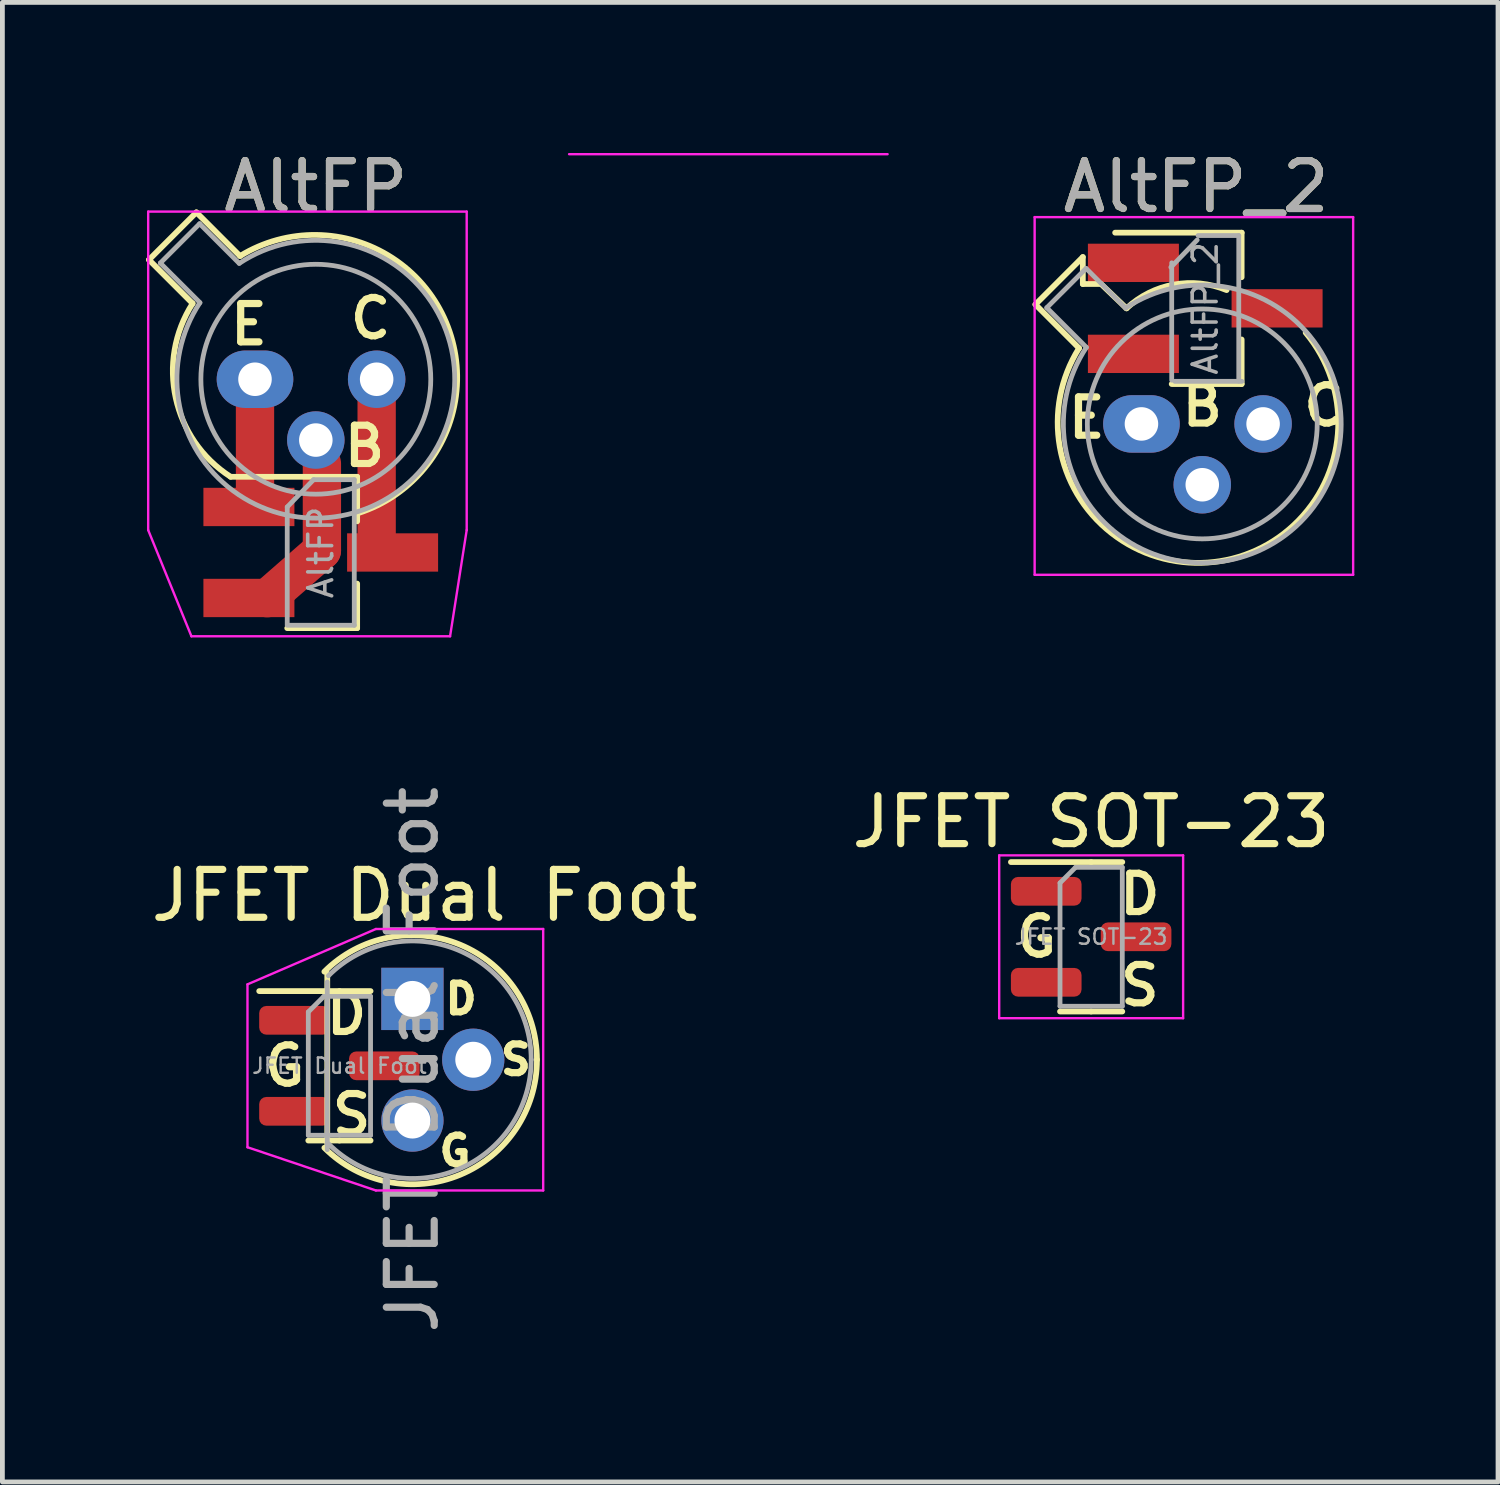
<source format=kicad_pcb>
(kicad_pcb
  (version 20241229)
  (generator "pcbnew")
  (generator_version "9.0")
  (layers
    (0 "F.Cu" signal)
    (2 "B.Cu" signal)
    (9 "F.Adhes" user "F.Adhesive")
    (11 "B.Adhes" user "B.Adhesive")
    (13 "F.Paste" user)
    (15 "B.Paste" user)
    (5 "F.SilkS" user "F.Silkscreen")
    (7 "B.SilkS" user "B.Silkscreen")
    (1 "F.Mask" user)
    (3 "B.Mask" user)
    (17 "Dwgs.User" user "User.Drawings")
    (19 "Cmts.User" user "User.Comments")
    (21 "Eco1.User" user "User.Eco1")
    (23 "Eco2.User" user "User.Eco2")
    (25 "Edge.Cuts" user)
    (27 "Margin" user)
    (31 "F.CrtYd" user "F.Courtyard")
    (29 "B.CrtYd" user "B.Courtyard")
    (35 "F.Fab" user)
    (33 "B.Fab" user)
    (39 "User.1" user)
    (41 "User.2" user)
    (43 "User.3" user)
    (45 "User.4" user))
  (footprint "JFET Dual Foot"
    (layer "F.Cu")
    (at 4.037 19.203)
    (property "Reference" "JFET Dual Foot" (at 1.778 -3.556 0) (layer "F.SilkS") (effects (font (size 1 1) (thickness 0.15))))
    (attr smd)
    (fp_line (start -0.254 -1.927) (end -0.254 1.673) (stroke (width 0.12) (type solid)) (layer "F.SilkS"))
    (fp_line (start 0 -1.56) (end -1.675 -1.56) (stroke (width 0.12) (type solid)) (layer "F.SilkS"))
    (fp_line (start 0 -1.56) (end 0.65 -1.56) (stroke (width 0.12) (type solid)) (layer "F.SilkS"))
    (fp_line (start 0 1.56) (end -0.65 1.56) (stroke (width 0.12) (type solid)) (layer "F.SilkS"))
    (fp_line (start 0 1.56) (end 0.65 1.56) (stroke (width 0.12) (type solid)) (layer "F.SilkS"))
    (fp_arc (start -0.314478 -1.965478) (mid 2.518977 -2.529087) (end 4.124 -0.127) (stroke (width 0.12) (type solid)) (layer "F.SilkS"))
    (fp_arc (start 4.124 -0.127) (mid 2.518977 2.275087) (end -0.314478 1.711478) (stroke (width 0.12) (type solid)) (layer "F.SilkS"))
    (fp_line (start -1.92 -1.701) (end 0.762 -2.857) (stroke (width 0.05) (type solid)) (layer "F.CrtYd"))
    (fp_line (start -1.92 -1.7) (end -1.92 1.7) (stroke (width 0.05) (type solid)) (layer "F.CrtYd"))
    (fp_line (start -1.92 1.7) (end 0.762 2.603) (stroke (width 0.05) (type solid)) (layer "F.CrtYd"))
    (fp_line (start 0.762 2.603) (end 4.254 2.603) (stroke (width 0.05) (type solid)) (layer "F.CrtYd"))
    (fp_line (start 4.254 -2.857) (end 0.762 -2.857) (stroke (width 0.05) (type solid)) (layer "F.CrtYd"))
    (fp_line (start 4.254 -2.857) (end 4.254 2.603) (stroke (width 0.05) (type solid)) (layer "F.CrtYd"))
    (fp_line (start -0.65 -1.125) (end -0.325 -1.45) (stroke (width 0.1) (type solid)) (layer "F.Fab"))
    (fp_line (start -0.65 1.45) (end -0.65 -1.125) (stroke (width 0.1) (type solid)) (layer "F.Fab"))
    (fp_line (start -0.325 -1.45) (end 0.65 -1.45) (stroke (width 0.1) (type solid)) (layer "F.Fab"))
    (fp_line (start -0.254 -1.75) (end -0.254 1.75) (stroke (width 0.1) (type solid)) (layer "F.Fab"))
    (fp_line (start 0.65 -1.45) (end 0.65 1.45) (stroke (width 0.1) (type solid)) (layer "F.Fab"))
    (fp_line (start 0.65 1.45) (end -0.65 1.45) (stroke (width 0.1) (type solid)) (layer "F.Fab"))
    (fp_arc (start -0.229625 -1.880625) (mid 2.473055 -2.418221) (end 4.004 -0.127) (stroke (width 0.1) (type solid)) (layer "F.Fab"))
    (fp_arc (start 4.004 -0.127) (mid 2.473055 2.164221) (end -0.229625 1.626625) (stroke (width 0.1) (type solid)) (layer "F.Fab"))
    (fp_text user "G" (at 2.413 1.778 0) (unlocked yes) (layer "F.SilkS") (effects (font (size 0.6 0.6) (thickness 0.15))))
    (fp_text user "S" (at 3.683 -0.127 0) (unlocked yes) (layer "F.SilkS") (effects (font (size 0.6 0.6) (thickness 0.15))))
    (fp_text user "D" (at 2.54 -1.397 0) (unlocked yes) (layer "F.SilkS") (effects (font (size 0.6 0.6) (thickness 0.15))))
    (fp_text user "D" (at 0.149 -1.08 0) (unlocked yes) (layer "F.SilkS") (effects (font (size 0.8 0.8) (thickness 0.15))))
    (fp_text user "S" (at 0.254 1.016 0) (unlocked yes) (layer "F.SilkS") (effects (font (size 0.8 0.8) (thickness 0.15))))
    (fp_text user "G" (at -1.143 0 0) (unlocked yes) (layer "F.SilkS") (effects (font (size 0.8 0.8) (thickness 0.15))))
    (fp_text user "${REFERENCE}" (at 1.524 -0.127 270) (layer "F.Fab") (effects (font (size 1 1) (thickness 0.15))))
    (fp_text user "${REFERENCE}" (at 0 0 0) (layer "F.Fab") (effects (font (size 0.32 0.32) (thickness 0.05))))
    (pad "1" smd roundrect (at -0.938 -0.95) (size 1.475 0.6) (layers "F.Cu" "F.Mask" "F.Paste") (roundrect_rratio 0.25))
    (pad "1" thru_hole rect (at 1.524 -1.397 270) (size 1.3 1.3) (drill 0.75) (layers "*.Cu" "*.Mask"))
    (pad "2" smd roundrect (at -0.938 0.95) (size 1.475 0.6) (layers "F.Cu" "F.Mask" "F.Paste") (roundrect_rratio 0.25))
    (pad "2" thru_hole circle (at 2.794 -0.127 270) (size 1.3 1.3) (drill 0.75) (layers "*.Cu" "*.Mask"))
    (pad "3" smd roundrect (at 0.938 0) (size 1.475 0.6) (layers "F.Cu" "F.Mask" "F.Paste") (roundrect_rratio 0.25))
    (pad "3" thru_hole circle (at 1.524 1.143 270) (size 1.3 1.3) (drill 0.75) (layers "*.Cu" "*.Mask")))
  (footprint "JFET SOT-23"
    (layer "F.Cu")
    (at 19.732 16.509)
    (property "Reference" "JFET SOT-23" (at 0 -2.4 0) (layer "F.SilkS") (effects (font (size 1 1) (thickness 0.15))))
    (attr smd)
    (fp_line (start 0 -1.56) (end -1.675 -1.56) (stroke (width 0.12) (type solid)) (layer "F.SilkS"))
    (fp_line (start 0 -1.56) (end 0.65 -1.56) (stroke (width 0.12) (type solid)) (layer "F.SilkS"))
    (fp_line (start 0 1.56) (end -0.65 1.56) (stroke (width 0.12) (type solid)) (layer "F.SilkS"))
    (fp_line (start 0 1.56) (end 0.65 1.56) (stroke (width 0.12) (type solid)) (layer "F.SilkS"))
    (fp_line (start -1.92 -1.7) (end -1.92 1.7) (stroke (width 0.05) (type solid)) (layer "F.CrtYd"))
    (fp_line (start -1.92 1.7) (end 1.92 1.7) (stroke (width 0.05) (type solid)) (layer "F.CrtYd"))
    (fp_line (start 1.92 -1.7) (end -1.92 -1.7) (stroke (width 0.05) (type solid)) (layer "F.CrtYd"))
    (fp_line (start 1.92 1.7) (end 1.92 -1.7) (stroke (width 0.05) (type solid)) (layer "F.CrtYd"))
    (fp_line (start -0.65 -1.125) (end -0.325 -1.45) (stroke (width 0.1) (type solid)) (layer "F.Fab"))
    (fp_line (start -0.65 1.45) (end -0.65 -1.125) (stroke (width 0.1) (type solid)) (layer "F.Fab"))
    (fp_line (start -0.325 -1.45) (end 0.65 -1.45) (stroke (width 0.1) (type solid)) (layer "F.Fab"))
    (fp_line (start 0.65 -1.45) (end 0.65 1.45) (stroke (width 0.1) (type solid)) (layer "F.Fab"))
    (fp_line (start 0.65 1.45) (end -0.65 1.45) (stroke (width 0.1) (type solid)) (layer "F.Fab"))
    (fp_text user "S" (at 1.016 1.016 0) (unlocked yes) (layer "F.SilkS") (effects (font (size 0.8 0.8) (thickness 0.15))))
    (fp_text user "G" (at -1.143 0 0) (unlocked yes) (layer "F.SilkS") (effects (font (size 0.8 0.8) (thickness 0.15))))
    (fp_text user "D" (at 1.016 -0.889 0) (unlocked yes) (layer "F.SilkS") (effects (font (size 0.8 0.8) (thickness 0.15))))
    (fp_text user "${REFERENCE}" (at 0 0 0) (layer "F.Fab") (effects (font (size 0.32 0.32) (thickness 0.05))))
    (pad "1" smd roundrect (at -0.938 -0.95) (size 1.475 0.6) (layers "F.Cu" "F.Mask" "F.Paste") (roundrect_rratio 0.25))
    (pad "2" smd roundrect (at -0.938 0.95) (size 1.475 0.6) (layers "F.Cu" "F.Mask" "F.Paste") (roundrect_rratio 0.25))
    (pad "3" smd roundrect (at 0.938 0) (size 1.475 0.6) (layers "F.Cu" "F.Mask" "F.Paste") (roundrect_rratio 0.25)))
  (footprint "AltFP"
    (layer "F.Cu")
    (at 2.274 4.868)
    (property "Reference" "AltFP" (at 1.27 -4.02 0) (layer "F.SilkS") (effects (font (size 1 1) (thickness 0.15))))
    (attr through_hole)
    (fp_line (start 0 0.6) (end 0 2.413) (stroke (width 0.8) (type solid)) (layer "F.Cu"))
    (fp_line (start 0.254 4.572) (end 1.397 3.574) (stroke (width 0.8) (type solid)) (layer "F.Cu"))
    (fp_line (start 1.397 1.76) (end 1.397 3.574) (stroke (width 0.8) (type solid)) (layer "F.Cu"))
    (fp_line (start 2.54 0.372) (end 2.54 3.438) (stroke (width 0.8) (type solid)) (layer "F.Cu"))
    (fp_line (start -2.214 -2.494) (end -1.302 -1.582) (stroke (width 0.12) (type solid)) (layer "F.SilkS"))
    (fp_line (start -1.224 -3.484) (end -2.214 -2.494) (stroke (width 0.12) (type solid)) (layer "F.SilkS"))
    (fp_line (start -0.312 -2.572) (end -1.224 -3.484) (stroke (width 0.12) (type solid)) (layer "F.SilkS"))
    (fp_line (start 2.133 2.037) (end -0.508 2.037) (stroke (width 0.12) (type solid)) (layer "F.SilkS"))
    (fp_line (start 2.133 2.037) (end 2.133 2.967) (stroke (width 0.12) (type solid)) (layer "F.SilkS"))
    (fp_line (start 2.133 5.197) (end 0.673 5.197) (stroke (width 0.12) (type solid)) (layer "F.SilkS"))
    (fp_line (start 2.133 5.197) (end 2.133 4.267) (stroke (width 0.12) (type solid)) (layer "F.SilkS"))
    (fp_arc (start -0.508 2.037) (mid -1.654434 0.391771) (end -1.302281 -1.582331) (stroke (width 0.12) (type solid)) (layer "F.SilkS"))
    (fp_arc (start -0.312331 -2.572281) (mid 3.949035 -1.282565) (end 2.159 2.794) (stroke (width 0.12) (type solid)) (layer "F.SilkS"))
    (fp_line (start -2.23 -3.5) (end -2.23 3.15) (stroke (width 0.05) (type solid)) (layer "F.CrtYd"))
    (fp_line (start -1.327 5.367) (end -2.23 3.15) (stroke (width 0.05) (type solid)) (layer "F.CrtYd"))
    (fp_line (start 4.073 5.367) (end -1.327 5.367) (stroke (width 0.05) (type solid)) (layer "F.CrtYd"))
    (fp_line (start 4.42 -3.5) (end -2.23 -3.5) (stroke (width 0.05) (type solid)) (layer "F.CrtYd"))
    (fp_line (start 4.42 3.15) (end 4.073 5.367) (stroke (width 0.05) (type solid)) (layer "F.CrtYd"))
    (fp_line (start 4.42 3.15) (end 4.42 -3.5) (stroke (width 0.05) (type solid)) (layer "F.CrtYd"))
    (fp_line (start 6.558 -4.699) (end 13.208 -4.699) (stroke (width 0.05) (type solid)) (layer "F.CrtYd"))
    (fp_line (start -1.977 -2.426) (end -1.149 -1.599) (stroke (width 0.1) (type solid)) (layer "F.Fab"))
    (fp_line (start -1.156 -3.247) (end -1.977 -2.426) (stroke (width 0.1) (type solid)) (layer "F.Fab"))
    (fp_line (start -0.329 -2.419) (end -1.156 -3.247) (stroke (width 0.1) (type solid)) (layer "F.Fab"))
    (fp_line (start 0.673 2.667) (end 0.673 5.117) (stroke (width 0.1) (type solid)) (layer "F.Fab"))
    (fp_line (start 0.673 2.667) (end 1.223 2.097) (stroke (width 0.1) (type solid)) (layer "F.Fab"))
    (fp_line (start 0.673 5.137) (end 2.073 5.137) (stroke (width 0.1) (type solid)) (layer "F.Fab"))
    (fp_line (start 1.223 2.097) (end 2.073 2.097) (stroke (width 0.1) (type solid)) (layer "F.Fab"))
    (fp_line (start 2.073 2.097) (end 2.073 5.137) (stroke (width 0.1) (type solid)) (layer "F.Fab"))
    (fp_arc (start -0.329057 -2.419301) (mid 3.321075 2.050145) (end -1.150029 -1.597956) (stroke (width 0.1) (type solid)) (layer "F.Fab"))
    (fp_circle (center 1.27 0) (end 3.67 0) (stroke (width 0.1) (type solid)) (fill no) (layer "F.Fab"))
    (fp_text user "E" (at -0.127 -1.143 0) (unlocked yes) (layer "F.SilkS") (effects (font (size 0.8 0.8) (thickness 0.15))))
    (fp_text user "B" (at 2.286 1.397 0) (unlocked yes) (layer "F.SilkS") (effects (font (size 0.8 0.8) (thickness 0.15))))
    (fp_text user "C" (at 2.413 -1.27 0) (unlocked yes) (layer "F.SilkS") (effects (font (size 0.8 0.8) (thickness 0.15))))
    (fp_text user "${REFERENCE}" (at 1.27 -4.02 0) (layer "F.Fab") (effects (font (size 1 1) (thickness 0.15))))
    (fp_text user "${REFERENCE}" (at 1.373 3.617 90) (layer "F.Fab") (effects (font (size 0.5 0.5) (thickness 0.075))))
    (pad "1" smd rect (at -0.127 2.667) (size 1.9 0.8) (layers "F.Cu" "F.Mask" "F.Paste"))
    (pad "1" thru_hole oval (at 0 0) (size 1.6 1.2) (drill 0.7) (layers "*.Cu" "*.Mask"))
    (pad "2" smd rect (at -0.127 4.567) (size 1.9 0.8) (layers "F.Cu" "F.Mask" "F.Paste"))
    (pad "2" thru_hole oval (at 1.27 1.27) (size 1.2 1.2) (drill 0.7) (layers "*.Cu" "*.Mask"))
    (pad "3" thru_hole oval (at 2.54 0) (size 1.2 1.2) (drill 0.7) (layers "*.Cu" "*.Mask"))
    (pad "3" smd rect (at 2.873 3.617) (size 1.9 0.8) (layers "F.Cu" "F.Mask" "F.Paste")))
  (footprint "AltFP_2"
    (layer "F.Cu")
    (at 20.782 5.801)
    (property "Reference" "AltFP_2" (at 1.143 -4.953 0) (layer "F.SilkS") (effects (font (size 1 1) (thickness 0.15))))
    (attr through_hole)
    (fp_line (start -2.214 -2.494) (end -1.302 -1.582) (stroke (width 0.12) (type solid)) (layer "F.SilkS"))
    (fp_line (start -1.224 -3.484) (end -2.214 -2.494) (stroke (width 0.12) (type solid)) (layer "F.SilkS"))
    (fp_line (start -1.224 -2.921) (end -1.224 -3.484) (stroke (width 0.12) (type solid)) (layer "F.SilkS"))
    (fp_line (start -0.889 -2.921) (end -1.224 -2.921) (stroke (width 0.12) (type solid)) (layer "F.SilkS"))
    (fp_line (start -0.312 -2.413) (end -0.843 -2.921) (stroke (width 0.12) (type solid)) (layer "F.SilkS"))
    (fp_line (start 2.092 -3.993) (end -0.549 -3.993) (stroke (width 0.12) (type solid)) (layer "F.SilkS"))
    (fp_line (start 2.092 -3.993) (end 2.092 -3.063) (stroke (width 0.12) (type solid)) (layer "F.SilkS"))
    (fp_line (start 2.092 -0.833) (end 0.632 -0.833) (stroke (width 0.12) (type solid)) (layer "F.SilkS"))
    (fp_line (start 2.092 -0.833) (end 2.092 -1.763) (stroke (width 0.12) (type solid)) (layer "F.SilkS"))
    (fp_arc (start -0.312331 -2.413) (mid 0.677009 -2.909784) (end 1.778 -2.794) (stroke (width 0.12) (type solid)) (layer "F.SilkS"))
    (fp_arc (start 3.429 -1.905) (mid 1.379712 2.894995) (end -1.302281 -1.582331) (stroke (width 0.12) (type solid)) (layer "F.SilkS"))
    (fp_line (start -2.23 -4.318) (end -2.23 3.15) (stroke (width 0.05) (type solid)) (layer "F.CrtYd"))
    (fp_line (start 4.42 -4.318) (end -2.23 -4.318) (stroke (width 0.05) (type solid)) (layer "F.CrtYd"))
    (fp_line (start 4.42 3.15) (end -2.23 3.15) (stroke (width 0.05) (type solid)) (layer "F.CrtYd"))
    (fp_line (start 4.42 3.15) (end 4.42 -4.318) (stroke (width 0.05) (type solid)) (layer "F.CrtYd"))
    (fp_line (start -1.977 -2.426) (end -1.149 -1.599) (stroke (width 0.1) (type solid)) (layer "F.Fab"))
    (fp_line (start -1.156 -3.247) (end -1.977 -2.426) (stroke (width 0.1) (type solid)) (layer "F.Fab"))
    (fp_line (start -0.329 -2.419) (end -1.156 -3.247) (stroke (width 0.1) (type solid)) (layer "F.Fab"))
    (fp_line (start 0.614 -3.271) (end 1.164 -3.841) (stroke (width 0.1) (type solid)) (layer "F.Fab"))
    (fp_line (start 0.632 -3.363) (end 0.632 -0.913) (stroke (width 0.1) (type solid)) (layer "F.Fab"))
    (fp_line (start 0.697 -0.889) (end 2.097 -0.889) (stroke (width 0.1) (type solid)) (layer "F.Fab"))
    (fp_line (start 1.182 -3.933) (end 2.032 -3.933) (stroke (width 0.1) (type solid)) (layer "F.Fab"))
    (fp_line (start 2.032 -3.933) (end 2.032 -0.893) (stroke (width 0.1) (type solid)) (layer "F.Fab"))
    (fp_arc (start -0.329057 -2.419301) (mid 3.321075 2.050145) (end -1.150029 -1.597956) (stroke (width 0.1) (type solid)) (layer "F.Fab"))
    (fp_circle (center 1.27 0) (end 3.67 0) (stroke (width 0.1) (type solid)) (fill no) (layer "F.Fab"))
    (fp_text user "B" (at 1.27 -0.381 0) (unlocked yes) (layer "F.SilkS") (effects (font (size 0.8 0.8) (thickness 0.15))))
    (fp_text user "E" (at -1.143 -0.127 0) (unlocked yes) (layer "F.SilkS") (effects (font (size 0.8 0.8) (thickness 0.15))))
    (fp_text user "C" (at 3.81 -0.381 0) (unlocked yes) (layer "F.SilkS") (effects (font (size 0.8 0.8) (thickness 0.15))))
    (fp_text user "${REFERENCE}" (at 1.332 -2.413 90) (layer "F.Fab") (effects (font (size 0.5 0.5) (thickness 0.075))))
    (fp_text user "${REFERENCE}" (at 1.143 -4.953 0) (layer "F.Fab") (effects (font (size 1 1) (thickness 0.15))))
    (pad "1" smd rect (at -0.168 -3.363) (size 1.9 0.8) (layers "F.Cu" "F.Mask" "F.Paste"))
    (pad "1" thru_hole oval (at 0 0) (size 1.6 1.2) (drill 0.7) (layers "*.Cu" "*.Mask"))
    (pad "2" smd rect (at -0.168 -1.463) (size 1.9 0.8) (layers "F.Cu" "F.Mask" "F.Paste"))
    (pad "2" thru_hole oval (at 1.27 1.27) (size 1.2 1.2) (drill 0.7) (layers "*.Cu" "*.Mask"))
    (pad "3" thru_hole oval (at 2.54 0) (size 1.2 1.2) (drill 0.7) (layers "*.Cu" "*.Mask"))
    (pad "3" smd rect (at 2.832 -2.413) (size 1.9 0.8) (layers "F.Cu" "F.Mask" "F.Paste")))
  (gr_rect
    (start -3 -3)
    (end 28.227 27.891)
    (stroke (width 0.1) (type default))
    (fill no)
    (layer "Edge.Cuts")))
</source>
